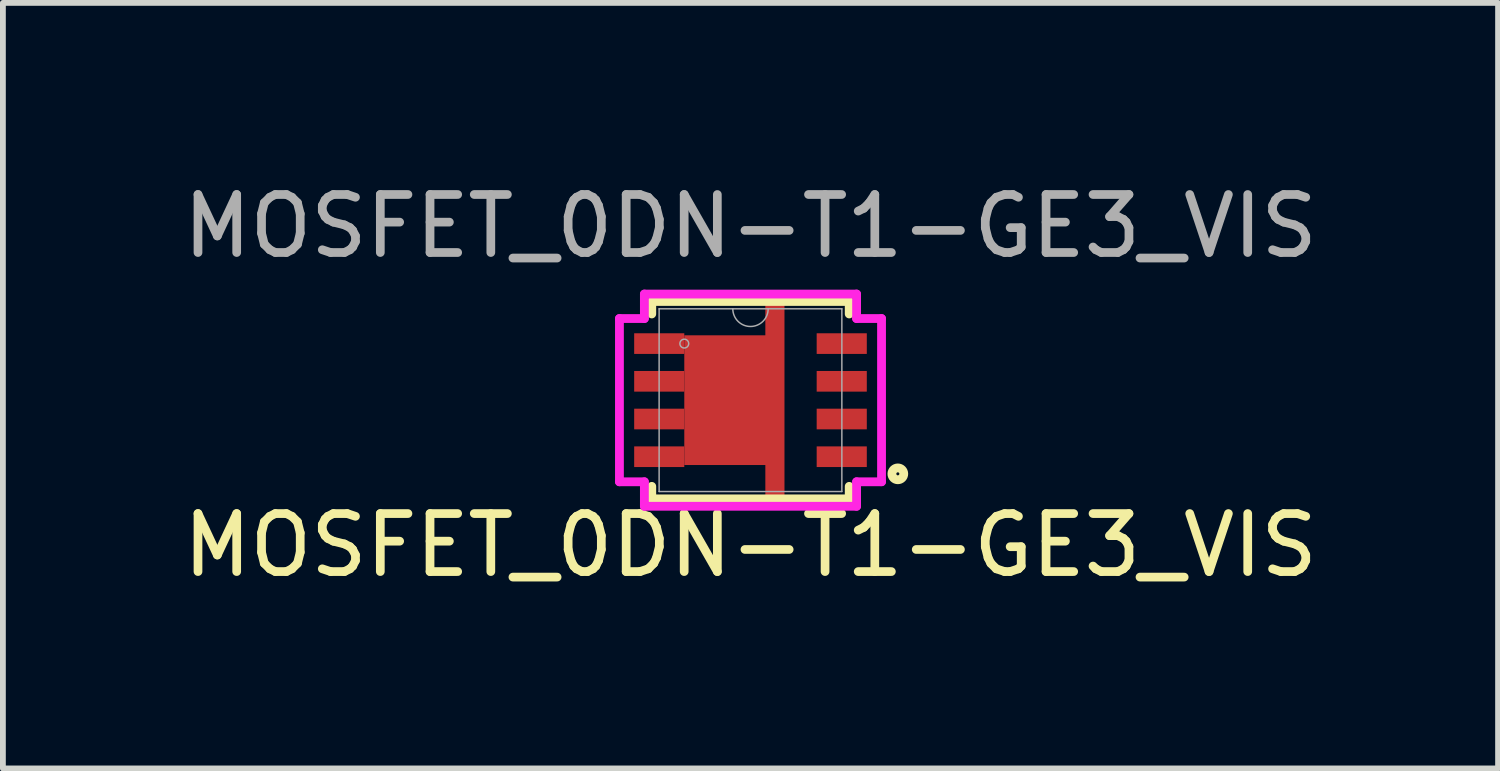
<source format=kicad_pcb>
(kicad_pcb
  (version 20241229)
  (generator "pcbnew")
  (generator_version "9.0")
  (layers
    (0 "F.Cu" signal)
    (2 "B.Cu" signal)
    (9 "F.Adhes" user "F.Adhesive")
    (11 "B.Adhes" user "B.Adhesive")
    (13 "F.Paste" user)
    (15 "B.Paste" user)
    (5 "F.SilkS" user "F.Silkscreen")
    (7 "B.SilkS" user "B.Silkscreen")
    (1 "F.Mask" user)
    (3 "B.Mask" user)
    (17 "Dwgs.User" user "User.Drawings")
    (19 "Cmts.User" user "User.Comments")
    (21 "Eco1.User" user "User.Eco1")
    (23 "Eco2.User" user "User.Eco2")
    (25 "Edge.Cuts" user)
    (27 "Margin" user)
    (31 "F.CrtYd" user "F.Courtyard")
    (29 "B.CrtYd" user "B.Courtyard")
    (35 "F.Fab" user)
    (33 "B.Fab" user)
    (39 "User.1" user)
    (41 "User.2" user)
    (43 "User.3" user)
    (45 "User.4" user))
  (footprint "MOSFET_0DN-T1-GE3_VIS"
    (layer "F.Cu")
    (at 9.887 3.848)
    (property "Reference" "MOSFET_0DN-T1-GE3_VIS" (at 0 2.5 0) (unlocked yes) (layer "F.SilkS") (effects (font (size 1 1) (thickness 0.15))))
    (attr smd)
    (fp_poly (pts (xy -1.141 -1.118) (xy 0.256 -1.118) (xy 0.256 -1.702) (xy 0.586 -1.702) (xy 0.586 1.702) (xy 0.256 1.702) (xy 0.256 1.118) (xy -1.141 1.118)) (stroke (width 0) (type solid)) (fill yes) (layer "F.Cu"))
    (fp_poly (pts (xy -1.141 -1.118) (xy 0.256 -1.118) (xy 0.256 -1.702) (xy 0.586 -1.702) (xy 0.586 1.702) (xy 0.256 1.702) (xy 0.256 1.118) (xy -1.141 1.118)) (stroke (width 0) (type solid)) (fill yes) (layer "F.Mask"))
    (fp_line (start -1.702 -1.702) (end -1.702 -1.486) (stroke (width 0.152) (type solid)) (layer "F.SilkS"))
    (fp_line (start -1.702 1.486) (end -1.702 1.702) (stroke (width 0.152) (type solid)) (layer "F.SilkS"))
    (fp_line (start -1.702 1.702) (end 1.702 1.702) (stroke (width 0.152) (type solid)) (layer "F.SilkS"))
    (fp_line (start 1.702 -1.702) (end -1.702 -1.702) (stroke (width 0.152) (type solid)) (layer "F.SilkS"))
    (fp_line (start 1.702 -1.486) (end 1.702 -1.702) (stroke (width 0.152) (type solid)) (layer "F.SilkS"))
    (fp_line (start 1.702 1.702) (end 1.702 1.486) (stroke (width 0.152) (type solid)) (layer "F.SilkS"))
    (fp_circle (center 2.54 1.27) (end 2.642 1.27) (stroke (width 0.152) (type solid)) (fill no) (layer "F.SilkS"))
    (fp_poly (pts (xy -1.141 -1.118) (xy 0.256 -1.118) (xy 0.256 -1.702) (xy 0.586 -1.702) (xy 0.586 1.702) (xy 0.256 1.702) (xy 0.256 1.118) (xy -1.141 1.118)) (stroke (width 0) (type solid)) (fill yes) (layer "F.Paste"))
    (fp_line (start -2.259 -1.407) (end -1.829 -1.407) (stroke (width 0.152) (type solid)) (layer "F.CrtYd"))
    (fp_line (start -2.259 1.407) (end -2.259 -1.407) (stroke (width 0.152) (type solid)) (layer "F.CrtYd"))
    (fp_line (start -2.259 1.407) (end -1.829 1.407) (stroke (width 0.152) (type solid)) (layer "F.CrtYd"))
    (fp_line (start -1.829 -1.829) (end 1.829 -1.829) (stroke (width 0.152) (type solid)) (layer "F.CrtYd"))
    (fp_line (start -1.829 -1.407) (end -1.829 -1.829) (stroke (width 0.152) (type solid)) (layer "F.CrtYd"))
    (fp_line (start -1.829 1.829) (end -1.829 1.407) (stroke (width 0.152) (type solid)) (layer "F.CrtYd"))
    (fp_line (start 1.829 -1.829) (end 1.829 -1.407) (stroke (width 0.152) (type solid)) (layer "F.CrtYd"))
    (fp_line (start 1.829 1.407) (end 1.829 1.829) (stroke (width 0.152) (type solid)) (layer "F.CrtYd"))
    (fp_line (start 1.829 1.829) (end -1.829 1.829) (stroke (width 0.152) (type solid)) (layer "F.CrtYd"))
    (fp_line (start 2.259 -1.407) (end 1.829 -1.407) (stroke (width 0.152) (type solid)) (layer "F.CrtYd"))
    (fp_line (start 2.259 -1.407) (end 2.259 1.407) (stroke (width 0.152) (type solid)) (layer "F.CrtYd"))
    (fp_line (start 2.259 1.407) (end 1.829 1.407) (stroke (width 0.152) (type solid)) (layer "F.CrtYd"))
    (fp_line (start -1.575 -1.575) (end -1.575 1.575) (stroke (width 0.025) (type solid)) (layer "F.Fab"))
    (fp_line (start -1.575 1.575) (end 1.575 1.575) (stroke (width 0.025) (type solid)) (layer "F.Fab"))
    (fp_line (start 1.575 -1.575) (end -1.575 -1.575) (stroke (width 0.025) (type solid)) (layer "F.Fab"))
    (fp_line (start 1.575 1.575) (end 1.575 -1.575) (stroke (width 0.025) (type solid)) (layer "F.Fab"))
    (fp_arc (start 0.3048 -1.5748) (mid 0 -1.27) (end -0.3048 -1.5748) (stroke (width 0.0254) (type solid)) (layer "F.Fab"))
    (fp_circle (center -1.141 -0.975) (end -1.065 -0.975) (stroke (width 0.025) (type solid)) (fill no) (layer "F.Fab"))
    (fp_text user "${REFERENCE}" (at 0 -3 0) (unlocked yes) (layer "F.Fab") (effects (font (size 1 1) (thickness 0.15))))
    (pad "1" smd rect (at 1.573 0.975) (size 0.864 0.356) (layers "F.Cu" "F.Mask" "F.Paste"))
    (pad "2" smd rect (at 1.573 0.325) (size 0.864 0.356) (layers "F.Cu" "F.Mask" "F.Paste"))
    (pad "3" smd rect (at 1.573 -0.325) (size 0.864 0.356) (layers "F.Cu" "F.Mask" "F.Paste"))
    (pad "4" smd rect (at 1.573 -0.975) (size 0.864 0.356) (layers "F.Cu" "F.Mask" "F.Paste"))
    (pad "5" smd rect (at -1.573 -0.975) (size 0.864 0.356) (layers "F.Cu" "F.Mask" "F.Paste"))
    (pad "6" smd rect (at -1.573 -0.325) (size 0.864 0.356) (layers "F.Cu" "F.Mask" "F.Paste"))
    (pad "7" smd rect (at -1.573 0.325) (size 0.864 0.356) (layers "F.Cu" "F.Mask" "F.Paste"))
    (pad "8" smd rect (at -1.573 0.975) (size 0.864 0.356) (layers "F.Cu" "F.Mask" "F.Paste")))
  (gr_rect
    (start -3 -3)
    (end 22.774 10.197)
    (stroke (width 0.1) (type default))
    (fill no)
    (layer "Edge.Cuts")))
</source>
